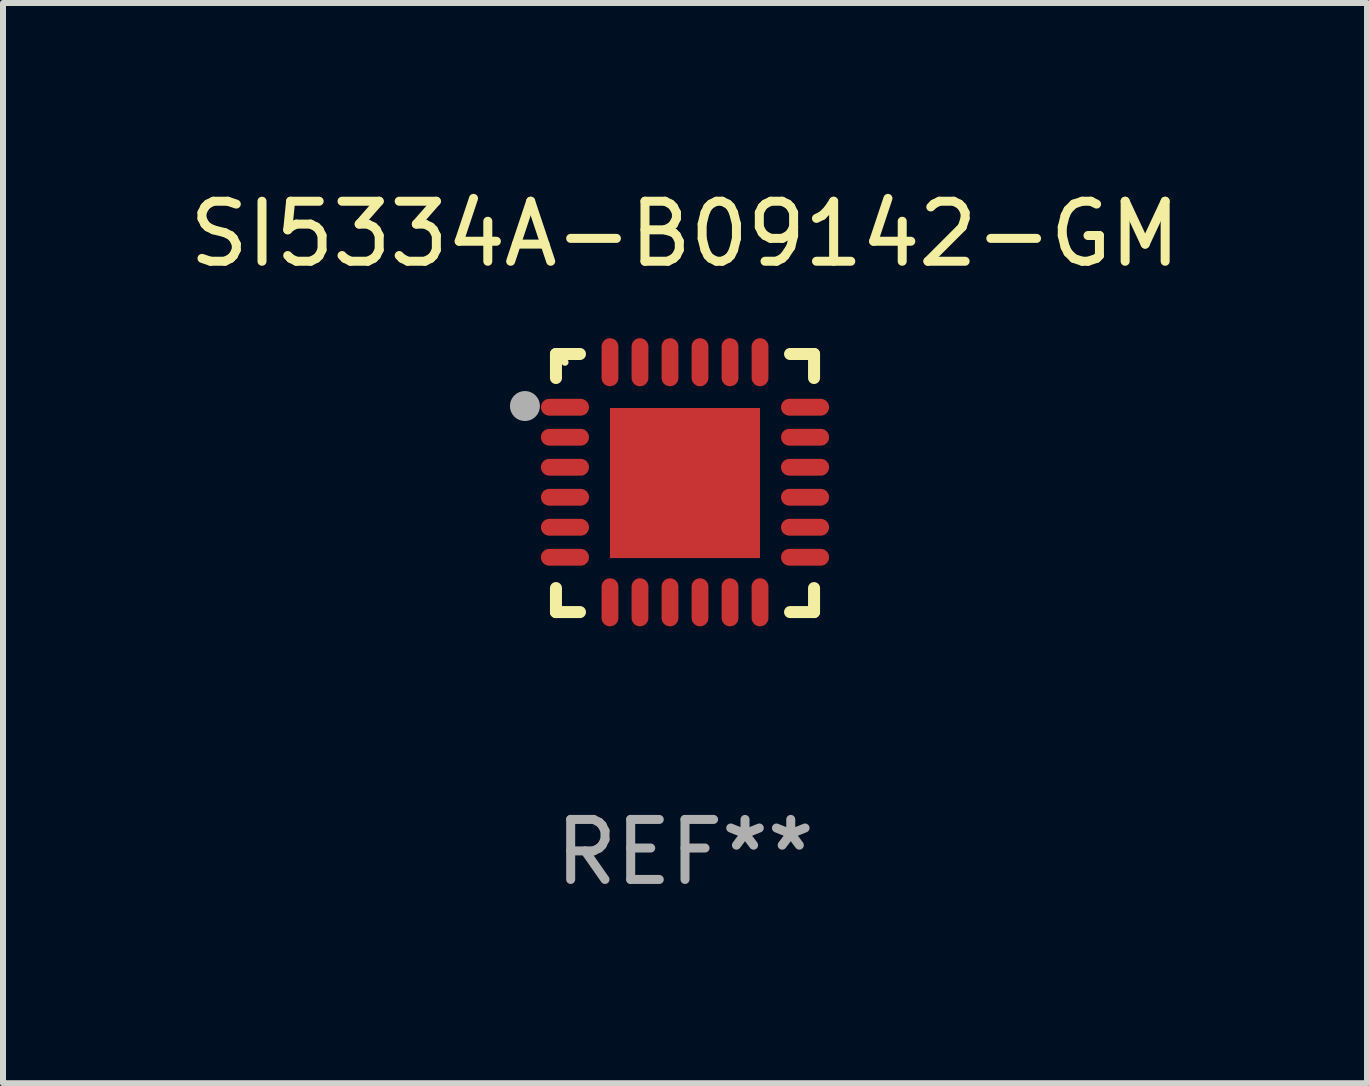
<source format=kicad_pcb>
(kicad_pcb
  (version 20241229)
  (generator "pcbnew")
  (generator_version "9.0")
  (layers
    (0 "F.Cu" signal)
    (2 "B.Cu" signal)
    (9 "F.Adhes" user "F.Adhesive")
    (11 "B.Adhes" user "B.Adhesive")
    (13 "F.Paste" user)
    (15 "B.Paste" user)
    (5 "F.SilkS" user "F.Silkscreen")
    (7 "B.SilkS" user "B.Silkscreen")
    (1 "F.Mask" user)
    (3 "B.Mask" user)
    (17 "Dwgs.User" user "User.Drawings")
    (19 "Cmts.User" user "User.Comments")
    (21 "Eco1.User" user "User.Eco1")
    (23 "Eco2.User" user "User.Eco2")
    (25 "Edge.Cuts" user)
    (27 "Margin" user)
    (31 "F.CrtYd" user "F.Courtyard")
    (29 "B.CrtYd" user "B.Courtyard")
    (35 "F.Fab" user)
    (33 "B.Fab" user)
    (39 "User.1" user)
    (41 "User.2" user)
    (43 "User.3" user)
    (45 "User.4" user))
  (footprint "SI5334A-B09142-GM"
    (layer "F.Cu")
    (at 8.363 4.998)
    (property "Reference" "SI5334A-B09142-GM" (at 0 -4.15 0) (layer "F.SilkS") (effects (font (size 1 1) (thickness 0.15))))
    (attr through_hole)
    (fp_line (start -2.15 -2.15) (end -1.75 -2.15) (stroke (width 0.2) (type solid)) (layer "F.SilkS"))
    (fp_line (start -2.15 -1.75) (end -2.15 -2.15) (stroke (width 0.2) (type solid)) (layer "F.SilkS"))
    (fp_line (start -2.15 2.15) (end -2.15 1.75) (stroke (width 0.2) (type solid)) (layer "F.SilkS"))
    (fp_line (start -1.75 2.15) (end -2.15 2.15) (stroke (width 0.2) (type solid)) (layer "F.SilkS"))
    (fp_line (start 1.75 -2.15) (end 2.15 -2.15) (stroke (width 0.2) (type solid)) (layer "F.SilkS"))
    (fp_line (start 1.75 2.15) (end 2.15 2.15) (stroke (width 0.2) (type solid)) (layer "F.SilkS"))
    (fp_line (start 2.15 -2.15) (end 2.15 -1.75) (stroke (width 0.2) (type solid)) (layer "F.SilkS"))
    (fp_line (start 2.15 2.15) (end 2.15 1.75) (stroke (width 0.2) (type solid)) (layer "F.SilkS"))
    (fp_circle (center -2 -2.013) (end -1.97 -2.013) (stroke (width 0.06) (type solid)) (fill no) (layer "F.SilkS"))
    (fp_circle (center -2.667 -1.283) (end -2.542 -1.283) (stroke (width 0.25) (type solid)) (fill no) (layer "F.Fab"))
    (fp_text user "REF**" (at 0 6.15 0) (layer "F.Fab") (effects (font (size 1 1) (thickness 0.15))))
    (pad "1" smd oval (at -2 -1.263) (size 0.8 0.28) (layers "F.Cu" "F.Mask" "F.Paste"))
    (pad "2" smd oval (at -2 -0.763) (size 0.8 0.28) (layers "F.Cu" "F.Mask" "F.Paste"))
    (pad "3" smd oval (at -2 -0.263) (size 0.8 0.28) (layers "F.Cu" "F.Mask" "F.Paste"))
    (pad "4" smd oval (at -2 0.237) (size 0.8 0.28) (layers "F.Cu" "F.Mask" "F.Paste"))
    (pad "5" smd oval (at -2 0.737) (size 0.8 0.28) (layers "F.Cu" "F.Mask" "F.Paste"))
    (pad "6" smd oval (at -2 1.237) (size 0.8 0.28) (layers "F.Cu" "F.Mask" "F.Paste"))
    (pad "7" smd oval (at -1.25 1.987) (size 0.28 0.8) (layers "F.Cu" "F.Mask" "F.Paste"))
    (pad "8" smd oval (at -0.75 1.987) (size 0.28 0.8) (layers "F.Cu" "F.Mask" "F.Paste"))
    (pad "9" smd oval (at -0.25 1.987) (size 0.28 0.8) (layers "F.Cu" "F.Mask" "F.Paste"))
    (pad "10" smd oval (at 0.25 1.987) (size 0.28 0.8) (layers "F.Cu" "F.Mask" "F.Paste"))
    (pad "11" smd oval (at 0.75 1.987) (size 0.28 0.8) (layers "F.Cu" "F.Mask" "F.Paste"))
    (pad "12" smd oval (at 1.25 1.987) (size 0.28 0.8) (layers "F.Cu" "F.Mask" "F.Paste"))
    (pad "13" smd oval (at 2 1.237) (size 0.8 0.28) (layers "F.Cu" "F.Mask" "F.Paste"))
    (pad "14" smd oval (at 2 0.737) (size 0.8 0.28) (layers "F.Cu" "F.Mask" "F.Paste"))
    (pad "15" smd oval (at 2 0.237) (size 0.8 0.28) (layers "F.Cu" "F.Mask" "F.Paste"))
    (pad "16" smd oval (at 2 -0.263) (size 0.8 0.28) (layers "F.Cu" "F.Mask" "F.Paste"))
    (pad "17" smd oval (at 2 -0.763) (size 0.8 0.28) (layers "F.Cu" "F.Mask" "F.Paste"))
    (pad "18" smd oval (at 2 -1.263) (size 0.8 0.28) (layers "F.Cu" "F.Mask" "F.Paste"))
    (pad "19" smd oval (at 1.25 -2.013) (size 0.28 0.8) (layers "F.Cu" "F.Mask" "F.Paste"))
    (pad "20" smd oval (at 0.75 -2.013) (size 0.28 0.8) (layers "F.Cu" "F.Mask" "F.Paste"))
    (pad "21" smd oval (at 0.25 -2.013) (size 0.28 0.8) (layers "F.Cu" "F.Mask" "F.Paste"))
    (pad "22" smd oval (at -0.25 -2.013) (size 0.28 0.8) (layers "F.Cu" "F.Mask" "F.Paste"))
    (pad "23" smd oval (at -0.75 -2.013) (size 0.28 0.8) (layers "F.Cu" "F.Mask" "F.Paste"))
    (pad "24" smd oval (at -1.25 -2.013) (size 0.28 0.8) (layers "F.Cu" "F.Mask" "F.Paste"))
    (pad "25" smd rect (at -0.000127 -0.00014) (size 2.5 2.5) (layers "F.Cu" "F.Mask" "F.Paste")))
  (gr_rect
    (start -3 -3)
    (end 19.726 14.997)
    (stroke (width 0.1) (type default))
    (fill no)
    (layer "Edge.Cuts")))
</source>
